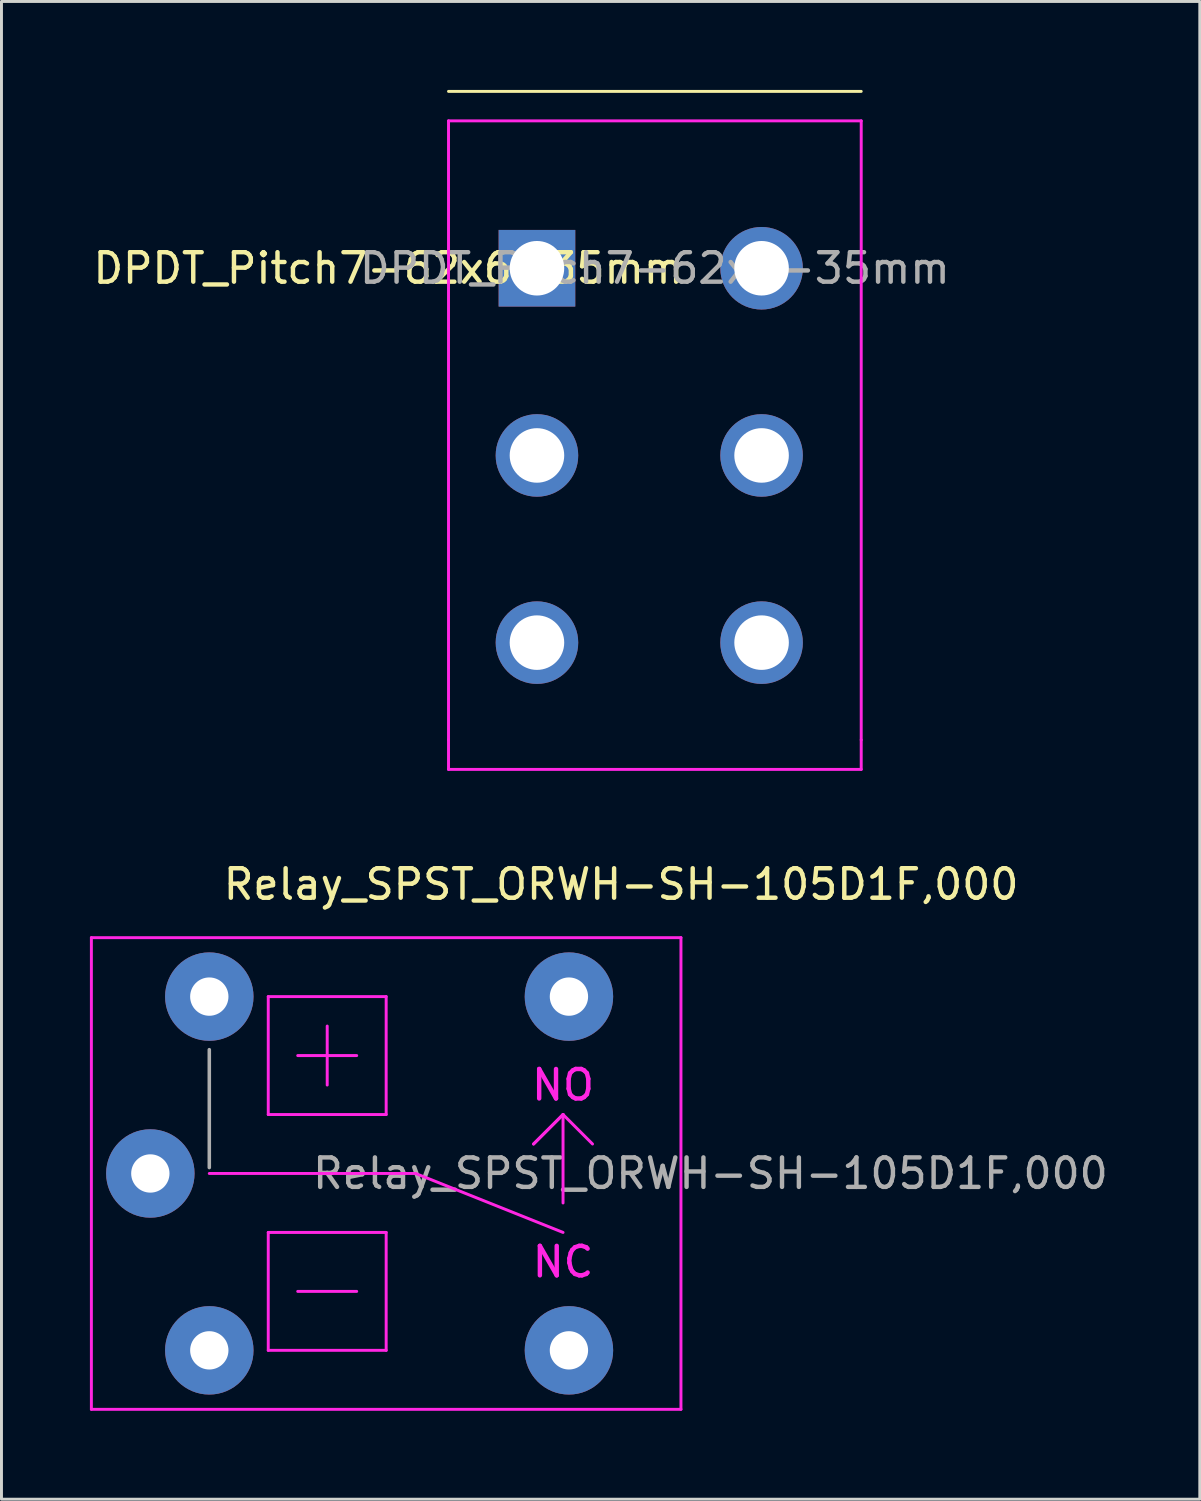
<source format=kicad_pcb>
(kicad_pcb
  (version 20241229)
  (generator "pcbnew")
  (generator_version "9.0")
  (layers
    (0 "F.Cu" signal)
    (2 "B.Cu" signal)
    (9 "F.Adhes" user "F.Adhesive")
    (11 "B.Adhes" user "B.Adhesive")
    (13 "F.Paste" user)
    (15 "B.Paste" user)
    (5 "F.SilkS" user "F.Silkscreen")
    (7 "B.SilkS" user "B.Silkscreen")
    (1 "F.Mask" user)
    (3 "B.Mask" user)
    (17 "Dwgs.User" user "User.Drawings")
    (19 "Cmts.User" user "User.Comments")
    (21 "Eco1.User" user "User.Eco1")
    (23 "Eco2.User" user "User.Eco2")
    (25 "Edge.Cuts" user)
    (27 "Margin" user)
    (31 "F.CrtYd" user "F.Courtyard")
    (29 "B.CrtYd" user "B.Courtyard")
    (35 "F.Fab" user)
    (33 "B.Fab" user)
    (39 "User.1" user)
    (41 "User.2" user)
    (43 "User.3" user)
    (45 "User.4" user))
  (footprint "Relay_SPST_ORWH-SH-105D1F,000"
    (layer "F.Cu")
    (at 4.05 30.758)
    (property "Reference" "Relay_SPST_ORWH-SH-105D1F,000" (at 13.97 -3.81 0) (layer "F.SilkS") (effects (font (size 1 1) (thickness 0.15))))
    (attr through_hole)
    (fp_line (start -4 -2) (end 16 -2) (stroke (width 0.1) (type solid)) (layer "F.CrtYd"))
    (fp_line (start -4 14) (end -4 -2) (stroke (width 0.1) (type solid)) (layer "F.CrtYd"))
    (fp_line (start -4 14) (end 16 14) (stroke (width 0.1) (type solid)) (layer "F.CrtYd"))
    (fp_line (start 0 6) (end 7 6) (stroke (width 0.1) (type solid)) (layer "F.CrtYd"))
    (fp_line (start 2 0) (end 6 0) (stroke (width 0.1) (type solid)) (layer "F.CrtYd"))
    (fp_line (start 2 4) (end 2 0) (stroke (width 0.1) (type solid)) (layer "F.CrtYd"))
    (fp_line (start 2 8) (end 6 8) (stroke (width 0.1) (type solid)) (layer "F.CrtYd"))
    (fp_line (start 2 12) (end 2 8) (stroke (width 0.1) (type solid)) (layer "F.CrtYd"))
    (fp_line (start 3 2) (end 5 2) (stroke (width 0.1) (type solid)) (layer "F.CrtYd"))
    (fp_line (start 3 10) (end 5 10) (stroke (width 0.1) (type solid)) (layer "F.CrtYd"))
    (fp_line (start 4 1) (end 4 3) (stroke (width 0.1) (type solid)) (layer "F.CrtYd"))
    (fp_line (start 6 0) (end 6 4) (stroke (width 0.1) (type solid)) (layer "F.CrtYd"))
    (fp_line (start 6 4) (end 2 4) (stroke (width 0.1) (type solid)) (layer "F.CrtYd"))
    (fp_line (start 6 8) (end 6 12) (stroke (width 0.1) (type solid)) (layer "F.CrtYd"))
    (fp_line (start 6 12) (end 2 12) (stroke (width 0.1) (type solid)) (layer "F.CrtYd"))
    (fp_line (start 7 6) (end 12 8) (stroke (width 0.1) (type solid)) (layer "F.CrtYd"))
    (fp_line (start 11 5) (end 12 4) (stroke (width 0.1) (type solid)) (layer "F.CrtYd"))
    (fp_line (start 12 4) (end 11 5) (stroke (width 0.1) (type solid)) (layer "F.CrtYd"))
    (fp_line (start 12 7) (end 12 4) (stroke (width 0.1) (type solid)) (layer "F.CrtYd"))
    (fp_line (start 13 5) (end 12 4) (stroke (width 0.1) (type solid)) (layer "F.CrtYd"))
    (fp_line (start 16 14) (end 16 -2) (stroke (width 0.1) (type solid)) (layer "F.CrtYd"))
    (fp_line (start 0 1.8) (end 0 5.8) (stroke (width 0.12) (type solid)) (layer "F.Fab"))
    (fp_text user "NO" (at 12 3 0) (layer "F.CrtYd") (effects (font (size 1 1) (thickness 0.15))))
    (fp_text user "NC" (at 12 9 0) (layer "F.CrtYd") (effects (font (size 1 1) (thickness 0.15))))
    (fp_text user "${REFERENCE}" (at 17 6 0) (layer "F.Fab") (effects (font (size 1 1) (thickness 0.15))))
    (pad "1" thru_hole circle (at 0 0) (size 3 3) (drill 1.3) (layers "*.Cu" "*.Mask"))
    (pad "2" thru_hole circle (at 12.2 12) (size 3 3) (drill 1.3) (layers "*.Cu" "*.Mask"))
    (pad "3" thru_hole circle (at 12.2 0) (size 3 3) (drill 1.3) (layers "*.Cu" "*.Mask"))
    (pad "4" thru_hole circle (at -2 6) (size 3 3) (drill 1.3) (layers "*.Cu" "*.Mask"))
    (pad "5" thru_hole circle (at 0 12) (size 3 3) (drill 1.3) (layers "*.Cu" "*.Mask")))
  (footprint "DPDT_Pitch7-62x6-35mm"
    (layer "F.Cu")
    (at 15.165 6.05)
    (property "Reference" "DPDT_Pitch7-62x6-35mm" (at -5.04 0 0) (layer "F.SilkS") (effects (font (size 1 1) (thickness 0.15))))
    (attr through_hole)
    (fp_line (start 11 -6) (end -3 -6) (stroke (width 0.1) (type solid)) (layer "F.SilkS"))
    (fp_line (start -3 -5) (end 11 -5) (stroke (width 0.1) (type solid)) (layer "F.CrtYd"))
    (fp_line (start -3 16) (end -3 -5) (stroke (width 0.1) (type solid)) (layer "F.CrtYd"))
    (fp_line (start -3 16) (end -3 17) (stroke (width 0.1) (type solid)) (layer "F.CrtYd"))
    (fp_line (start -3 17) (end 11 17) (stroke (width 0.1) (type solid)) (layer "F.CrtYd"))
    (fp_line (start 11 -5) (end 11 16) (stroke (width 0.1) (type solid)) (layer "F.CrtYd"))
    (fp_line (start 11 17) (end 11 16) (stroke (width 0.1) (type solid)) (layer "F.CrtYd"))
    (fp_text user "${REFERENCE}" (at 4 0 0) (layer "F.Fab") (effects (font (size 1 1) (thickness 0.15))))
    (pad "1" thru_hole rect (at 0 0) (size 2.6 2.6) (drill 1.85) (layers "*.Cu" "*.Mask"))
    (pad "2" thru_hole circle (at 0 6.35) (size 2.8 2.8) (drill 1.85) (layers "*.Cu" "*.Mask"))
    (pad "3" thru_hole circle (at 0 12.7) (size 2.8 2.8) (drill 1.85) (layers "*.Cu" "*.Mask"))
    (pad "4" thru_hole circle (at 7.62 0) (size 2.8 2.8) (drill 1.85) (layers "*.Cu" "*.Mask"))
    (pad "5" thru_hole circle (at 7.62 6.35) (size 2.8 2.8) (drill 1.85) (layers "*.Cu" "*.Mask"))
    (pad "6" thru_hole circle (at 7.62 12.7) (size 2.8 2.8) (drill 1.85) (layers "*.Cu" "*.Mask")))
  (gr_rect
    (start -3 -3)
    (end 37.651 47.808)
    (stroke (width 0.1) (type default))
    (fill no)
    (layer "Edge.Cuts")))
</source>
